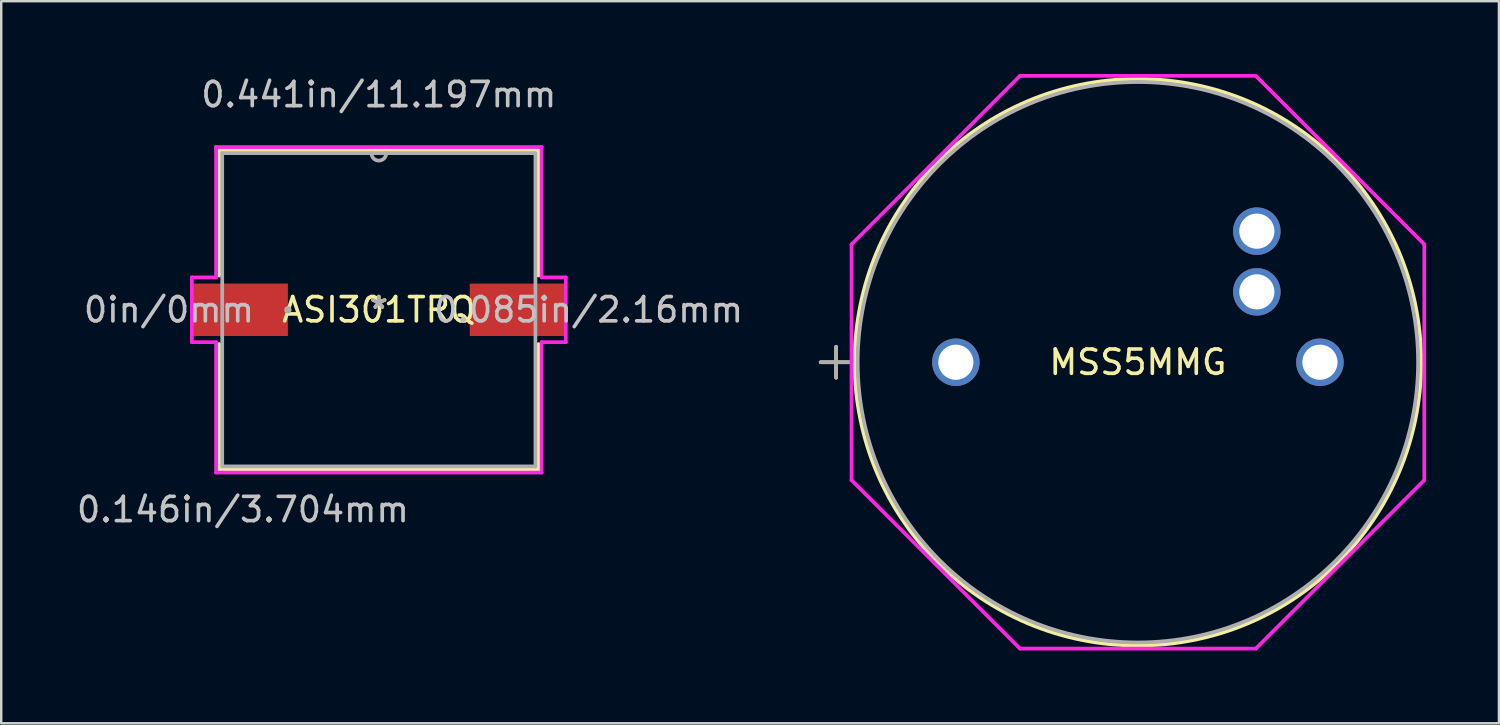
<source format=kicad_pcb>
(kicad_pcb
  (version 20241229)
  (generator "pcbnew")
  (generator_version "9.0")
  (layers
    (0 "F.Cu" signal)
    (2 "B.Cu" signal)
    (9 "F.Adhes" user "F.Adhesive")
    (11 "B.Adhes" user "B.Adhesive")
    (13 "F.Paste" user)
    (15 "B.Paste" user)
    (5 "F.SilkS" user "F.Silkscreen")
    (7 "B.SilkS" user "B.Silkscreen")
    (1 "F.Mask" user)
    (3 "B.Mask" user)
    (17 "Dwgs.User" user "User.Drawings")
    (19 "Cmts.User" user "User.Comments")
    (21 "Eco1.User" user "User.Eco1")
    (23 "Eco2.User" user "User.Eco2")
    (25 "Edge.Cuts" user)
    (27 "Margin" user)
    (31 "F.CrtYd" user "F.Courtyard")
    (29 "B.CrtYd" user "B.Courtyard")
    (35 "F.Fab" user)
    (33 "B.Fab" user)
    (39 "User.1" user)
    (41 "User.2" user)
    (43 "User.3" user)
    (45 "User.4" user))
  (footprint "ASI301TRQ"
    (layer "F.Cu")
    (at 12.557 9.713)
    (property "Reference" "ASI301TRQ" (at 0 0 0) (layer "F.SilkS") (effects (font (size 1 1) (thickness 0.15))))
    (attr through_hole)
    (fp_line (start -6.579 -6.579) (end -6.579 -1.413) (stroke (width 0.152) (type solid)) (layer "F.SilkS"))
    (fp_line (start -6.579 1.413) (end -6.579 6.579) (stroke (width 0.152) (type solid)) (layer "F.SilkS"))
    (fp_line (start -6.579 6.579) (end 6.579 6.579) (stroke (width 0.152) (type solid)) (layer "F.SilkS"))
    (fp_line (start 6.579 -6.579) (end -6.579 -6.579) (stroke (width 0.152) (type solid)) (layer "F.SilkS"))
    (fp_line (start 6.579 -1.413) (end 6.579 -6.579) (stroke (width 0.152) (type solid)) (layer "F.SilkS"))
    (fp_line (start 6.579 6.579) (end 6.579 1.413) (stroke (width 0.152) (type solid)) (layer "F.SilkS"))
    (fp_line (start -7.704 -1.334) (end -6.706 -1.334) (stroke (width 0.152) (type solid)) (layer "F.CrtYd"))
    (fp_line (start -7.704 1.334) (end -7.704 -1.334) (stroke (width 0.152) (type solid)) (layer "F.CrtYd"))
    (fp_line (start -6.706 -6.706) (end 6.706 -6.706) (stroke (width 0.152) (type solid)) (layer "F.CrtYd"))
    (fp_line (start -6.706 -1.334) (end -6.706 -6.706) (stroke (width 0.152) (type solid)) (layer "F.CrtYd"))
    (fp_line (start -6.706 1.334) (end -7.704 1.334) (stroke (width 0.152) (type solid)) (layer "F.CrtYd"))
    (fp_line (start -6.706 6.706) (end -6.706 1.334) (stroke (width 0.152) (type solid)) (layer "F.CrtYd"))
    (fp_line (start 6.706 -6.706) (end 6.706 -1.334) (stroke (width 0.152) (type solid)) (layer "F.CrtYd"))
    (fp_line (start 6.706 -1.334) (end 7.704 -1.334) (stroke (width 0.152) (type solid)) (layer "F.CrtYd"))
    (fp_line (start 6.706 1.334) (end 6.706 6.706) (stroke (width 0.152) (type solid)) (layer "F.CrtYd"))
    (fp_line (start 6.706 6.706) (end -6.706 6.706) (stroke (width 0.152) (type solid)) (layer "F.CrtYd"))
    (fp_line (start 7.704 -1.334) (end 7.704 1.334) (stroke (width 0.152) (type solid)) (layer "F.CrtYd"))
    (fp_line (start 7.704 1.334) (end 6.706 1.334) (stroke (width 0.152) (type solid)) (layer "F.CrtYd"))
    (fp_line (start -6.452 -6.452) (end -6.452 6.452) (stroke (width 0.152) (type solid)) (layer "F.Fab"))
    (fp_line (start -6.452 6.452) (end 6.452 6.452) (stroke (width 0.152) (type solid)) (layer "F.Fab"))
    (fp_line (start 6.452 -6.452) (end -6.452 -6.452) (stroke (width 0.152) (type solid)) (layer "F.Fab"))
    (fp_line (start 6.452 6.452) (end 6.452 -6.452) (stroke (width 0.152) (type solid)) (layer "F.Fab"))
    (fp_arc (start 0.3048 -6.4516) (mid 0 -6.1468) (end -0.3048 -6.4516) (stroke (width 0.1524) (type solid)) (layer "F.Fab"))
    (fp_circle (center -3.747 0) (end -3.67 0) (stroke (width 0.152) (type solid)) (fill no) (layer "F.Fab"))
    (fp_text user "*" (at 0 0 0) (layer "F.SilkS") (effects (font (size 1 1) (thickness 0.15))))
    (fp_text user "0.441in/11.197mm" (at 0 -8.865 0) (layer "Dwgs.User") (effects (font (size 1 1) (thickness 0.15))))
    (fp_text user "0in/0mm" (at -8.646 0 0) (layer "Dwgs.User") (effects (font (size 1 1) (thickness 0.15))))
    (fp_text user "0.085in/2.16mm" (at 8.646 0 0) (layer "Dwgs.User") (effects (font (size 1 1) (thickness 0.15))))
    (fp_text user "0.146in/3.704mm" (at -5.598 8.23 0) (layer "Dwgs.User") (effects (font (size 1 1) (thickness 0.15))))
    (fp_text user "Copyright 2016 Accelerated Designs. All rights reserved." (at 0 0 0) (layer "Cmts.User") (effects (font (size 0.127 0.127) (thickness 0.002))))
    (fp_text user "*" (at 0 0 0) (layer "F.Fab") (effects (font (size 1 1) (thickness 0.15))))
    (pad "1" smd rect (at -5.748 0) (size 4.004 2.16) (layers "F.Cu" "F.Mask" "F.Paste"))
    (pad "2" smd rect (at 5.748 0) (size 4.004 2.16) (layers "F.Cu" "F.Mask" "F.Paste")))
  (footprint "MSS5MMG"
    (layer "F.Cu")
    (at 36.33 11.874)
    (property "Reference" "MSS5MMG" (at 7.5 0 0) (layer "F.SilkS") (effects (font (size 1 1) (thickness 0.15))))
    (attr through_hole)
    (fp_line (start -5.568 0) (end -4.298 0) (stroke (width 0.152) (type solid)) (layer "F.SilkS"))
    (fp_line (start -4.933 -0.635) (end -4.933 0.635) (stroke (width 0.152) (type solid)) (layer "F.SilkS"))
    (fp_circle (center 7.5 0) (end 19.171 0) (stroke (width 0.152) (type solid)) (fill no) (layer "F.SilkS"))
    (fp_line (start -4.298 -4.858) (end 2.642 -11.798) (stroke (width 0.152) (type solid)) (layer "F.CrtYd"))
    (fp_line (start -4.298 4.858) (end -4.298 -4.858) (stroke (width 0.152) (type solid)) (layer "F.CrtYd"))
    (fp_line (start 2.642 -11.798) (end 12.358 -11.798) (stroke (width 0.152) (type solid)) (layer "F.CrtYd"))
    (fp_line (start 2.642 11.798) (end -4.298 4.858) (stroke (width 0.152) (type solid)) (layer "F.CrtYd"))
    (fp_line (start 12.358 -11.798) (end 19.298 -4.858) (stroke (width 0.152) (type solid)) (layer "F.CrtYd"))
    (fp_line (start 12.358 11.798) (end 2.642 11.798) (stroke (width 0.152) (type solid)) (layer "F.CrtYd"))
    (fp_line (start 19.298 -4.858) (end 19.298 4.858) (stroke (width 0.152) (type solid)) (layer "F.CrtYd"))
    (fp_line (start 19.298 4.858) (end 12.358 11.798) (stroke (width 0.152) (type solid)) (layer "F.CrtYd"))
    (fp_line (start -5.568 0) (end -4.298 0) (stroke (width 0.152) (type solid)) (layer "F.Fab"))
    (fp_line (start -4.933 -0.635) (end -4.933 0.635) (stroke (width 0.152) (type solid)) (layer "F.Fab"))
    (fp_circle (center 7.5 0) (end 19.044 0) (stroke (width 0.152) (type solid)) (fill no) (layer "F.Fab"))
    (fp_text user "*" (at 0 0 0) (layer "F.SilkS") (effects (font (size 1 1) (thickness 0.15))))
    (fp_text user "Copyright 2016 Accelerated Designs. All rights reserved." (at 0 0 0) (layer "Cmts.User") (effects (font (size 0.127 0.127) (thickness 0.002))))
    (fp_text user "*" (at 0 0 0) (layer "F.Fab") (effects (font (size 1 1) (thickness 0.15))))
    (pad "1" thru_hole circle (at 0 0) (size 1.956 1.956) (drill 1.448) (layers "*.Cu" "*.Mask"))
    (pad "2" thru_hole circle (at 15 0) (size 1.956 1.956) (drill 1.448) (layers "*.Cu" "*.Mask"))
    (pad "3" thru_hole circle (at 12.4 -2.9) (size 1.956 1.956) (drill 1.448) (layers "*.Cu" "*.Mask"))
    (pad "4" thru_hole circle (at 12.4 -5.4) (size 1.956 1.956) (drill 1.448) (layers "*.Cu" "*.Mask")))
  (gr_rect
    (start -3 -3)
    (end 58.704 26.749)
    (stroke (width 0.1) (type default))
    (fill no)
    (layer "Edge.Cuts")))
</source>
